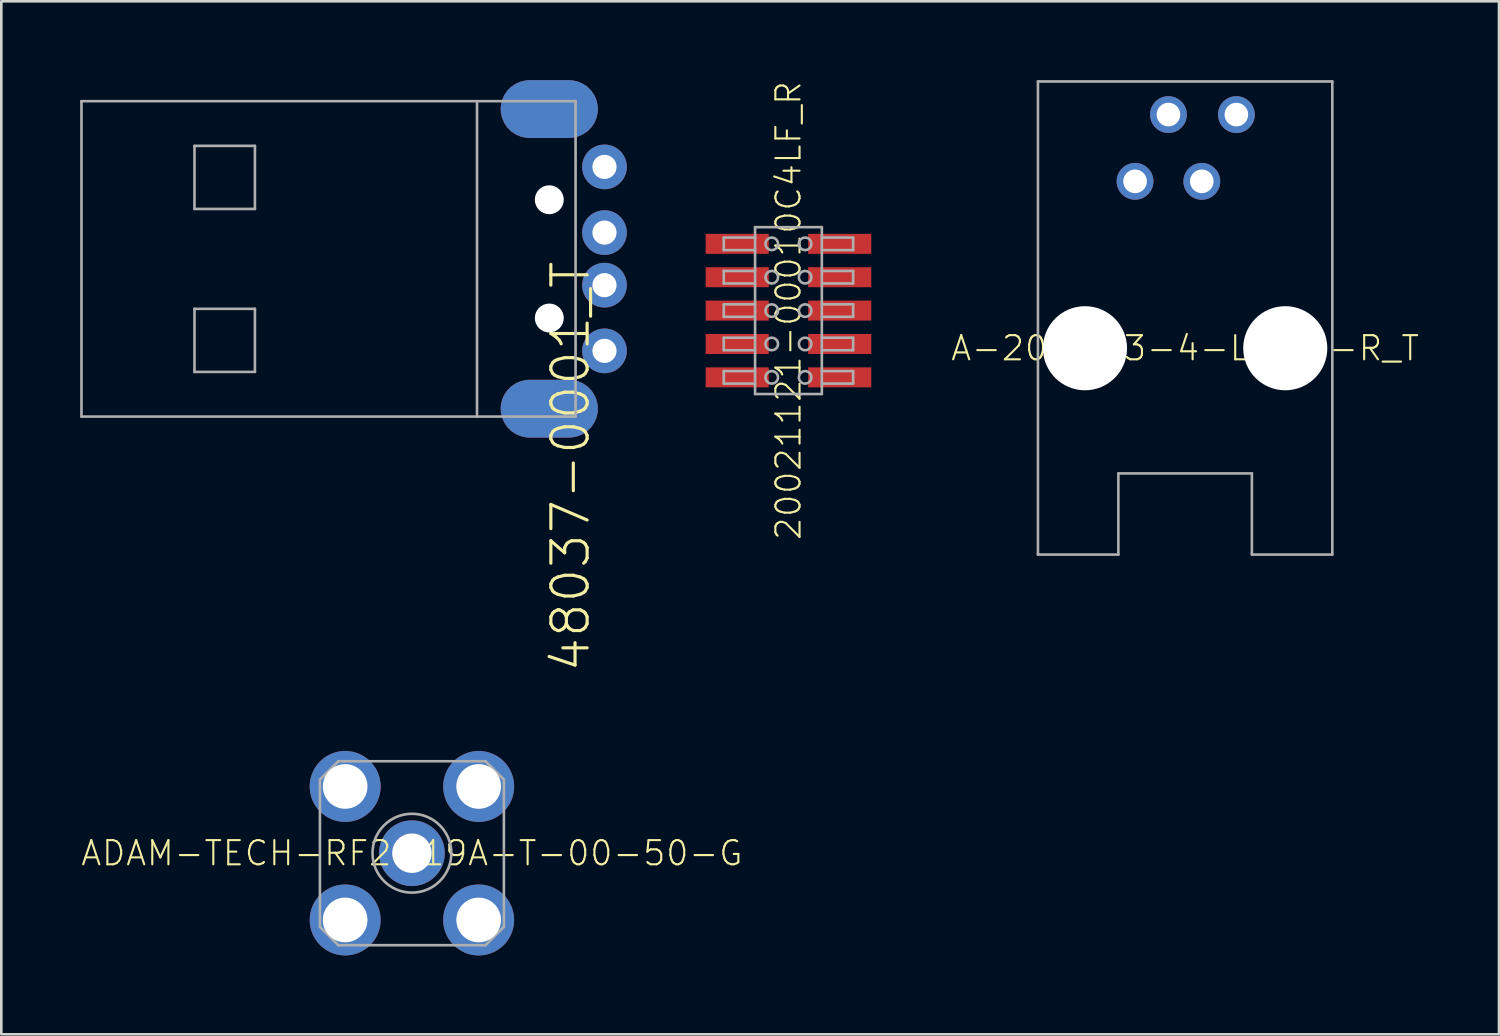
<source format=kicad_pcb>
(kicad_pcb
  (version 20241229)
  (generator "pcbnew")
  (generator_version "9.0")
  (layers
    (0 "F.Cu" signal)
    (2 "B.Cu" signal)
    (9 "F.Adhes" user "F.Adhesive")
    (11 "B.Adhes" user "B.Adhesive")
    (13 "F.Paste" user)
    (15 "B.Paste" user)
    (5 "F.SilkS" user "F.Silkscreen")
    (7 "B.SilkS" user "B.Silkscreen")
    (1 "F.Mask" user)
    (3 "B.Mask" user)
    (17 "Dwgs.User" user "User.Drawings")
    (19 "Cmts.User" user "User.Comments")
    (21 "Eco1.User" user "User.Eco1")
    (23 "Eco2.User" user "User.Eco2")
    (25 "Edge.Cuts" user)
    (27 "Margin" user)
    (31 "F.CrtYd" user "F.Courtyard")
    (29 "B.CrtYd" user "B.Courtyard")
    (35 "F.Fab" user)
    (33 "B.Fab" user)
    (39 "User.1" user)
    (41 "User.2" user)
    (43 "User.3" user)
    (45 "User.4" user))
  (footprint "48037-0001_T"
    (layer "F.Cu")
    (at 17.85 6.8)
    (property "Reference" "48037-0001_T" (at 0 0 90) (unlocked yes) (layer "F.SilkS") (effects (font (size 1.38 1.38) (thickness 0.12)) (justify right top)))
    (fp_line (start -17.8 -6) (end -17.8 6) (stroke (width 0.1) (type solid)) (layer "F.Fab"))
    (fp_line (start -17.8 -6) (end -2.75 -6) (stroke (width 0.1) (type solid)) (layer "F.Fab"))
    (fp_line (start -17.8 6) (end -2.75 6) (stroke (width 0.1) (type solid)) (layer "F.Fab"))
    (fp_line (start -13.5 -4.3) (end -13.5 -1.9) (stroke (width 0.1) (type solid)) (layer "F.Fab"))
    (fp_line (start -13.5 -1.9) (end -11.2 -1.9) (stroke (width 0.1) (type solid)) (layer "F.Fab"))
    (fp_line (start -13.5 1.9) (end -13.5 4.3) (stroke (width 0.1) (type solid)) (layer "F.Fab"))
    (fp_line (start -13.5 4.3) (end -11.2 4.3) (stroke (width 0.1) (type solid)) (layer "F.Fab"))
    (fp_line (start -11.2 -4.3) (end -13.5 -4.3) (stroke (width 0.1) (type solid)) (layer "F.Fab"))
    (fp_line (start -11.2 -1.9) (end -11.2 -4.3) (stroke (width 0.1) (type solid)) (layer "F.Fab"))
    (fp_line (start -11.2 1.9) (end -13.5 1.9) (stroke (width 0.1) (type solid)) (layer "F.Fab"))
    (fp_line (start -11.2 4.3) (end -11.2 1.9) (stroke (width 0.1) (type solid)) (layer "F.Fab"))
    (fp_line (start -2.75 -6) (end -2.75 6) (stroke (width 0.1) (type solid)) (layer "F.Fab"))
    (fp_line (start -2.75 -6) (end 1 -6) (stroke (width 0.1) (type solid)) (layer "F.Fab"))
    (fp_line (start -2.75 6) (end 1 6) (stroke (width 0.1) (type solid)) (layer "F.Fab"))
    (fp_line (start 1 6) (end 1 -6) (stroke (width 0.1) (type solid)) (layer "F.Fab"))
    (pad "" np_thru_hole circle (at 0 -2.25) (size 1.1 1.1) (drill 1.1) (layers "*.Cu" "*.Mask"))
    (pad "" np_thru_hole circle (at 0 2.25) (size 1.1 1.1) (drill 1.1) (layers "*.Cu" "*.Mask"))
    (pad "1" thru_hole circle (at 2.1 3.5 270) (size 1.7 1.7) (drill 0.92) (layers "*.Cu" "*.Mask"))
    (pad "2" thru_hole circle (at 2.1 1 270) (size 1.7 1.7) (drill 0.92) (layers "*.Cu" "*.Mask"))
    (pad "3" thru_hole circle (at 2.1 -1 270) (size 1.7 1.7) (drill 0.92) (layers "*.Cu" "*.Mask"))
    (pad "4" thru_hole circle (at 2.1 -3.5 270) (size 1.7 1.7) (drill 0.92) (layers "*.Cu" "*.Mask"))
    (pad "S1" smd roundrect (at 0 -5.7) (size 3.7 2.2) (layers "F.Cu" "F.Mask") (roundrect_rratio 0.5))
    (pad "S2" smd roundrect (at 0 5.7) (size 3.7 2.2) (layers "F.Cu" "F.Mask") (roundrect_rratio 0.5))
    (pad "S3" smd roundrect (at 0 -5.7) (size 3.7 2.2) (layers "B.Cu" "B.Mask") (roundrect_rratio 0.5))
    (pad "S4" smd roundrect (at 0 5.7) (size 3.7 2.2) (layers "B.Cu" "B.Mask") (roundrect_rratio 0.5)))
  (footprint "A-2004-3-4-LP-N-R_T"
    (layer "F.Cu")
    (at 42.043 10.2)
    (property "Reference" "A-2004-3-4-LP-N-R_T" (at 0 0 0) (unlocked yes) (layer "F.SilkS") (effects (font (size 0.92 0.92) (thickness 0.08))))
    (fp_line (start -5.6 -10.15) (end -5.6 7.85) (stroke (width 0.1) (type solid)) (layer "F.Fab"))
    (fp_line (start -5.6 -10.15) (end 5.6 -10.15) (stroke (width 0.1) (type solid)) (layer "F.Fab"))
    (fp_line (start -5.6 7.85) (end -2.54 7.85) (stroke (width 0.1) (type solid)) (layer "F.Fab"))
    (fp_line (start -2.54 4.763) (end -2.54 7.85) (stroke (width 0.1) (type solid)) (layer "F.Fab"))
    (fp_line (start -2.54 4.763) (end 2.54 4.763) (stroke (width 0.1) (type solid)) (layer "F.Fab"))
    (fp_line (start 2.54 4.763) (end 2.54 7.85) (stroke (width 0.1) (type solid)) (layer "F.Fab"))
    (fp_line (start 2.54 7.85) (end 5.6 7.85) (stroke (width 0.1) (type solid)) (layer "F.Fab"))
    (fp_line (start 5.6 7.85) (end 5.6 -10.15) (stroke (width 0.1) (type solid)) (layer "F.Fab"))
    (pad "" np_thru_hole circle (at -3.81 0) (size 3.2 3.2) (drill 3.2) (layers "*.Cu" "*.Mask"))
    (pad "" np_thru_hole circle (at 3.81 0) (size 3.2 3.2) (drill 3.2) (layers "*.Cu" "*.Mask"))
    (pad "1" thru_hole circle (at -1.905 -6.35) (size 1.4 1.4) (drill 0.9) (layers "*.Cu" "*.Mask"))
    (pad "2" thru_hole circle (at -0.635 -8.89) (size 1.4 1.4) (drill 0.9) (layers "*.Cu" "*.Mask"))
    (pad "3" thru_hole circle (at 0.635 -6.35) (size 1.4 1.4) (drill 0.9) (layers "*.Cu" "*.Mask"))
    (pad "4" thru_hole circle (at 1.95 -8.89) (size 1.4 1.4) (drill 0.9) (layers "*.Cu" "*.Mask")))
  (footprint "ADAM-TECH-RF2-19A-T-00-50-G"
    (layer "F.Cu")
    (at 12.623 29.414)
    (property "Reference" "ADAM-TECH-RF2-19A-T-00-50-G" (at 0 0 0) (unlocked yes) (layer "F.SilkS") (effects (font (size 0.92 0.92) (thickness 0.08))))
    (fp_line (start -3.5 -2.8) (end -3.5 2.8) (stroke (width 0.1) (type solid)) (layer "F.Fab"))
    (fp_line (start -3.5 -2.8) (end -2.8 -3.5) (stroke (width 0.1) (type solid)) (layer "F.Fab"))
    (fp_line (start -3 -3) (end -3 -2) (stroke (width 0.1) (type solid)) (layer "F.Fab"))
    (fp_line (start -3 -2) (end -2 -2) (stroke (width 0.1) (type solid)) (layer "F.Fab"))
    (fp_line (start -3 2) (end -2 2) (stroke (width 0.1) (type solid)) (layer "F.Fab"))
    (fp_line (start -3 3) (end -3 2) (stroke (width 0.1) (type solid)) (layer "F.Fab"))
    (fp_line (start -2.8 3.5) (end -3.5 2.8) (stroke (width 0.1) (type solid)) (layer "F.Fab"))
    (fp_line (start -2.8 3.5) (end 2.8 3.5) (stroke (width 0.1) (type solid)) (layer "F.Fab"))
    (fp_line (start -2 -3) (end -3 -3) (stroke (width 0.1) (type solid)) (layer "F.Fab"))
    (fp_line (start -2 -2) (end -2 -3) (stroke (width 0.1) (type solid)) (layer "F.Fab"))
    (fp_line (start -2 2) (end -2 3) (stroke (width 0.1) (type solid)) (layer "F.Fab"))
    (fp_line (start -2 3) (end -3 3) (stroke (width 0.1) (type solid)) (layer "F.Fab"))
    (fp_line (start 2 -3) (end 2 -2) (stroke (width 0.1) (type solid)) (layer "F.Fab"))
    (fp_line (start 2 -2) (end 3 -2) (stroke (width 0.1) (type solid)) (layer "F.Fab"))
    (fp_line (start 2 2) (end 3 2) (stroke (width 0.1) (type solid)) (layer "F.Fab"))
    (fp_line (start 2 3) (end 2 2) (stroke (width 0.1) (type solid)) (layer "F.Fab"))
    (fp_line (start 2.8 -3.5) (end -2.8 -3.5) (stroke (width 0.1) (type solid)) (layer "F.Fab"))
    (fp_line (start 2.8 3.5) (end 3.5 2.8) (stroke (width 0.1) (type solid)) (layer "F.Fab"))
    (fp_line (start 3 -3) (end 2 -3) (stroke (width 0.1) (type solid)) (layer "F.Fab"))
    (fp_line (start 3 -2) (end 3 -3) (stroke (width 0.1) (type solid)) (layer "F.Fab"))
    (fp_line (start 3 2) (end 3 3) (stroke (width 0.1) (type solid)) (layer "F.Fab"))
    (fp_line (start 3 3) (end 2 3) (stroke (width 0.1) (type solid)) (layer "F.Fab"))
    (fp_line (start 3.5 -2.8) (end 2.8 -3.5) (stroke (width 0.1) (type solid)) (layer "F.Fab"))
    (fp_line (start 3.5 2.8) (end 3.5 -2.8) (stroke (width 0.1) (type solid)) (layer "F.Fab"))
    (fp_circle (center 0 0) (end 1.5 0) (stroke (width 0.1) (type solid)) (fill no) (layer "F.Fab"))
    (pad "0" thru_hole circle (at 0 0) (size 2.5 2.5) (drill 1.5) (layers "*.Cu" "*.Mask"))
    (pad "1" thru_hole circle (at -2.54 -2.54) (size 2.7 2.7) (drill 1.7) (layers "*.Cu" "*.Mask"))
    (pad "2" thru_hole circle (at 2.54 -2.54) (size 2.7 2.7) (drill 1.7) (layers "*.Cu" "*.Mask"))
    (pad "3" thru_hole circle (at 2.54 2.54) (size 2.7 2.7) (drill 1.7) (layers "*.Cu" "*.Mask"))
    (pad "4" thru_hole circle (at -2.54 2.54) (size 2.7 2.7) (drill 1.7) (layers "*.Cu" "*.Mask")))
  (footprint "20021121-00010C4LF_R"
    (layer "F.Cu")
    (at 26.95 8.768)
    (property "Reference" "20021121-00010C4LF_R" (at 0 0 90) (unlocked yes) (layer "F.SilkS") (effects (font (size 0.92 0.92) (thickness 0.08))))
    (fp_line (start -2.461 -2.778) (end -2.461 -2.302) (stroke (width 0.1) (type solid)) (layer "F.Fab"))
    (fp_line (start -2.461 -2.302) (end -1.27 -2.302) (stroke (width 0.1) (type solid)) (layer "F.Fab"))
    (fp_line (start -2.461 -1.508) (end -2.461 -1.032) (stroke (width 0.1) (type solid)) (layer "F.Fab"))
    (fp_line (start -2.461 -1.032) (end -1.27 -1.032) (stroke (width 0.1) (type solid)) (layer "F.Fab"))
    (fp_line (start -2.461 -0.238) (end -2.461 0.238) (stroke (width 0.1) (type solid)) (layer "F.Fab"))
    (fp_line (start -2.461 0.238) (end -1.27 0.238) (stroke (width 0.1) (type solid)) (layer "F.Fab"))
    (fp_line (start -2.461 1.032) (end -2.461 1.508) (stroke (width 0.1) (type solid)) (layer "F.Fab"))
    (fp_line (start -2.461 1.508) (end -1.27 1.508) (stroke (width 0.1) (type solid)) (layer "F.Fab"))
    (fp_line (start -2.461 2.302) (end -2.461 2.778) (stroke (width 0.1) (type solid)) (layer "F.Fab"))
    (fp_line (start -2.461 2.778) (end -1.27 2.778) (stroke (width 0.1) (type solid)) (layer "F.Fab"))
    (fp_line (start -1.27 -3.175) (end 1.27 -3.175) (stroke (width 0.1) (type solid)) (layer "F.Fab"))
    (fp_line (start -1.27 -2.778) (end -2.461 -2.778) (stroke (width 0.1) (type solid)) (layer "F.Fab"))
    (fp_line (start -1.27 -2.778) (end -1.27 -3.175) (stroke (width 0.1) (type solid)) (layer "F.Fab"))
    (fp_line (start -1.27 -2.302) (end -1.27 -2.778) (stroke (width 0.1) (type solid)) (layer "F.Fab"))
    (fp_line (start -1.27 -1.508) (end -2.461 -1.508) (stroke (width 0.1) (type solid)) (layer "F.Fab"))
    (fp_line (start -1.27 -0.238) (end -2.461 -0.238) (stroke (width 0.1) (type solid)) (layer "F.Fab"))
    (fp_line (start -1.27 1.032) (end -2.461 1.032) (stroke (width 0.1) (type solid)) (layer "F.Fab"))
    (fp_line (start -1.27 2.302) (end -2.461 2.302) (stroke (width 0.1) (type solid)) (layer "F.Fab"))
    (fp_line (start -1.27 3.175) (end -1.27 -2.302) (stroke (width 0.1) (type solid)) (layer "F.Fab"))
    (fp_line (start -1.27 3.175) (end 1.27 3.175) (stroke (width 0.1) (type solid)) (layer "F.Fab"))
    (fp_line (start 1.27 -3.175) (end 1.27 3.175) (stroke (width 0.1) (type solid)) (layer "F.Fab"))
    (fp_line (start 1.27 -2.302) (end 2.461 -2.302) (stroke (width 0.1) (type solid)) (layer "F.Fab"))
    (fp_line (start 1.27 -1.032) (end 2.461 -1.032) (stroke (width 0.1) (type solid)) (layer "F.Fab"))
    (fp_line (start 1.27 0.238) (end 2.461 0.238) (stroke (width 0.1) (type solid)) (layer "F.Fab"))
    (fp_line (start 1.27 1.508) (end 2.461 1.508) (stroke (width 0.1) (type solid)) (layer "F.Fab"))
    (fp_line (start 1.27 2.778) (end 2.461 2.778) (stroke (width 0.1) (type solid)) (layer "F.Fab"))
    (fp_line (start 2.461 -2.778) (end 1.27 -2.778) (stroke (width 0.1) (type solid)) (layer "F.Fab"))
    (fp_line (start 2.461 -2.302) (end 2.461 -2.778) (stroke (width 0.1) (type solid)) (layer "F.Fab"))
    (fp_line (start 2.461 -1.508) (end 1.27 -1.508) (stroke (width 0.1) (type solid)) (layer "F.Fab"))
    (fp_line (start 2.461 -1.032) (end 2.461 -1.508) (stroke (width 0.1) (type solid)) (layer "F.Fab"))
    (fp_line (start 2.461 -0.238) (end 1.27 -0.238) (stroke (width 0.1) (type solid)) (layer "F.Fab"))
    (fp_line (start 2.461 0.238) (end 2.461 -0.238) (stroke (width 0.1) (type solid)) (layer "F.Fab"))
    (fp_line (start 2.461 1.032) (end 1.27 1.032) (stroke (width 0.1) (type solid)) (layer "F.Fab"))
    (fp_line (start 2.461 1.508) (end 2.461 1.032) (stroke (width 0.1) (type solid)) (layer "F.Fab"))
    (fp_line (start 2.461 2.302) (end 1.27 2.302) (stroke (width 0.1) (type solid)) (layer "F.Fab"))
    (fp_line (start 2.461 2.778) (end 2.461 2.302) (stroke (width 0.1) (type solid)) (layer "F.Fab"))
    (fp_circle (center -0.635 -2.54) (end -0.397 -2.54) (stroke (width 0.1) (type solid)) (fill no) (layer "F.Fab"))
    (fp_circle (center -0.635 -1.27) (end -0.397 -1.27) (stroke (width 0.1) (type solid)) (fill no) (layer "F.Fab"))
    (fp_circle (center -0.635 0) (end -0.397 0) (stroke (width 0.1) (type solid)) (fill no) (layer "F.Fab"))
    (fp_circle (center -0.635 1.27) (end -0.397 1.27) (stroke (width 0.1) (type solid)) (fill no) (layer "F.Fab"))
    (fp_circle (center -0.635 2.54) (end -0.397 2.54) (stroke (width 0.1) (type solid)) (fill no) (layer "F.Fab"))
    (fp_circle (center 0.635 -2.54) (end 0.873 -2.54) (stroke (width 0.1) (type solid)) (fill no) (layer "F.Fab"))
    (fp_circle (center 0.635 -1.27) (end 0.873 -1.27) (stroke (width 0.1) (type solid)) (fill no) (layer "F.Fab"))
    (fp_circle (center 0.635 0) (end 0.873 0) (stroke (width 0.1) (type solid)) (fill no) (layer "F.Fab"))
    (fp_circle (center 0.635 1.27) (end 0.873 1.27) (stroke (width 0.1) (type solid)) (fill no) (layer "F.Fab"))
    (fp_circle (center 0.635 2.54) (end 0.873 2.54) (stroke (width 0.1) (type solid)) (fill no) (layer "F.Fab"))
    (pad "1" smd rect (at -1.95 -2.54) (size 2.4 0.76) (layers "F.Cu" "F.Mask" "F.Paste"))
    (pad "2" smd rect (at 1.95 -2.54) (size 2.4 0.76) (layers "F.Cu" "F.Mask" "F.Paste"))
    (pad "3" smd rect (at -1.95 -1.27) (size 2.4 0.76) (layers "F.Cu" "F.Mask" "F.Paste"))
    (pad "4" smd rect (at 1.95 -1.27) (size 2.4 0.76) (layers "F.Cu" "F.Mask" "F.Paste"))
    (pad "5" smd rect (at -1.95 0) (size 2.4 0.76) (layers "F.Cu" "F.Mask" "F.Paste"))
    (pad "6" smd rect (at 1.95 0) (size 2.4 0.76) (layers "F.Cu" "F.Mask" "F.Paste"))
    (pad "7" smd rect (at -1.95 1.27) (size 2.4 0.76) (layers "F.Cu" "F.Mask" "F.Paste"))
    (pad "8" smd rect (at 1.95 1.27) (size 2.4 0.76) (layers "F.Cu" "F.Mask" "F.Paste"))
    (pad "9" smd rect (at -1.95 2.54) (size 2.4 0.76) (layers "F.Cu" "F.Mask" "F.Paste"))
    (pad "10" smd rect (at 1.95 2.54) (size 2.4 0.76) (layers "F.Cu" "F.Mask" "F.Paste")))
  (gr_rect
    (start -3 -3)
    (end 53.986 36.304)
    (stroke (width 0.1) (type default))
    (fill no)
    (layer "Edge.Cuts")))
</source>
